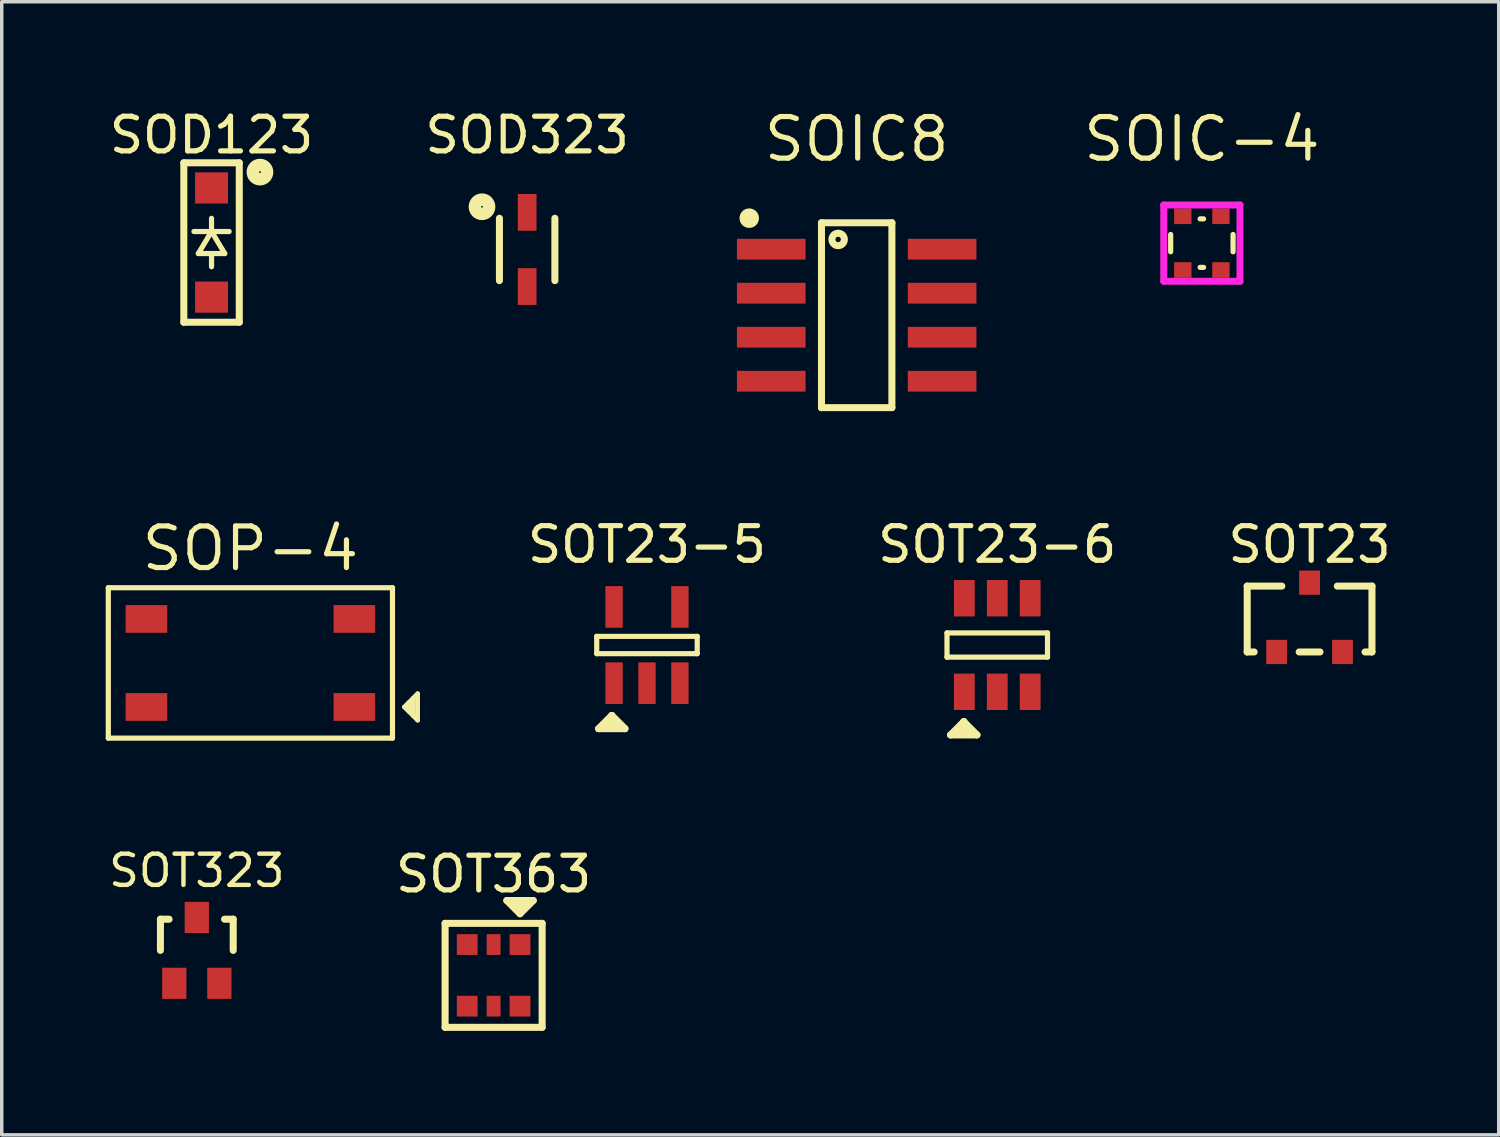
<source format=kicad_pcb>
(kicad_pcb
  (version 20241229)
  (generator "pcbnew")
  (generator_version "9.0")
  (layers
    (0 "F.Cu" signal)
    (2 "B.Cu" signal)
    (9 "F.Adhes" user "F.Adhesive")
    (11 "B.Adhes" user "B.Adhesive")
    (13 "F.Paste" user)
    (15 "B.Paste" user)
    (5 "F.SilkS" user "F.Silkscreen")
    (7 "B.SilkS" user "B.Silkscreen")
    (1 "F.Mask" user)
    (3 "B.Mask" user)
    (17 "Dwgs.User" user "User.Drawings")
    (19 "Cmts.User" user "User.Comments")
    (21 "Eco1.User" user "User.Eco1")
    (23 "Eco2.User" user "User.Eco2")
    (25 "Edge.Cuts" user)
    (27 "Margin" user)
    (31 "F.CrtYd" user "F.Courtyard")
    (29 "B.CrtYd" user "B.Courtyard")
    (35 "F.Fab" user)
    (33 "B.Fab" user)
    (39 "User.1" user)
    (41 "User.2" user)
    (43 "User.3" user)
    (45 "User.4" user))
  (footprint "SOT363"
    (layer "F.Cu")
    (at 11.193 25.093)
    (property "Reference" "SOT363" (at 0 -2.921 0) (layer "F.SilkS") (effects (font (size 1 1) (thickness 0.15))))
    (attr smd)
    (fp_line (start -1.4 -1.5) (end 1.4 -1.5) (stroke (width 0.203) (type solid)) (layer "F.SilkS"))
    (fp_line (start -1.4 1.5) (end -1.4 -1.5) (stroke (width 0.203) (type solid)) (layer "F.SilkS"))
    (fp_line (start 0.635 -2.032) (end 0.889 -2.032) (stroke (width 0.203) (type solid)) (layer "F.SilkS"))
    (fp_line (start 0.762 -2.159) (end 0.635 -2.032) (stroke (width 0.203) (type solid)) (layer "F.SilkS"))
    (fp_line (start 0.762 -1.905) (end 0.762 -2.159) (stroke (width 0.203) (type solid)) (layer "F.SilkS"))
    (fp_line (start 0.762 -1.778) (end 0.381 -2.159) (stroke (width 0.203) (type solid)) (layer "F.SilkS"))
    (fp_line (start 0.762 -1.778) (end 1.143 -2.159) (stroke (width 0.203) (type solid)) (layer "F.SilkS"))
    (fp_line (start 1.143 -2.159) (end 0.381 -2.159) (stroke (width 0.203) (type solid)) (layer "F.SilkS"))
    (fp_line (start 1.4 -1.5) (end 1.4 1.5) (stroke (width 0.203) (type solid)) (layer "F.SilkS"))
    (fp_line (start 1.4 1.5) (end -1.4 1.5) (stroke (width 0.203) (type solid)) (layer "F.SilkS"))
    (pad "1" smd rect (at 0.762 -0.889 270) (size 0.6 0.6) (layers "F.Cu" "F.Mask" "F.Paste"))
    (pad "2" smd rect (at 0 -0.889 270) (size 0.6 0.4) (layers "F.Cu" "F.Mask" "F.Paste"))
    (pad "3" smd rect (at -0.762 -0.889 270) (size 0.6 0.6) (layers "F.Cu" "F.Mask" "F.Paste"))
    (pad "4" smd rect (at -0.762 0.889 270) (size 0.6 0.6) (layers "F.Cu" "F.Mask" "F.Paste"))
    (pad "5" smd rect (at 0 0.889 270) (size 0.6 0.4) (layers "F.Cu" "F.Mask" "F.Paste"))
    (pad "6" smd rect (at 0.762 0.889 270) (size 0.6 0.6) (layers "F.Cu" "F.Mask" "F.Paste")))
  (footprint "SOT23-5"
    (layer "F.Cu")
    (at 15.618 15.562)
    (property "Reference" "SOT23-5" (at 0 -2.9 0) (layer "F.SilkS") (effects (font (size 1 1) (thickness 0.15))))
    (attr smd)
    (fp_line (start -1.45 -0.25) (end -1.45 0.25) (stroke (width 0.15) (type solid)) (layer "F.SilkS"))
    (fp_line (start -1.45 0.25) (end 1.45 0.25) (stroke (width 0.15) (type solid)) (layer "F.SilkS"))
    (fp_line (start -1.397 2.413) (end -0.635 2.413) (stroke (width 0.203) (type solid)) (layer "F.SilkS"))
    (fp_line (start -1.143 2.286) (end -0.889 2.286) (stroke (width 0.203) (type solid)) (layer "F.SilkS"))
    (fp_line (start -1.016 2.032) (end -1.397 2.413) (stroke (width 0.203) (type solid)) (layer "F.SilkS"))
    (fp_line (start -1.016 2.032) (end -1.143 2.286) (stroke (width 0.203) (type solid)) (layer "F.SilkS"))
    (fp_line (start -0.635 2.413) (end -1.016 2.032) (stroke (width 0.203) (type solid)) (layer "F.SilkS"))
    (fp_line (start 1.45 -0.25) (end -1.45 -0.25) (stroke (width 0.15) (type solid)) (layer "F.SilkS"))
    (fp_line (start 1.45 0.25) (end 1.45 -0.25) (stroke (width 0.15) (type solid)) (layer "F.SilkS"))
    (pad "1" smd rect (at -0.95 1.1 90) (size 1.2 0.5) (layers "F.Cu" "F.Mask" "F.Paste"))
    (pad "2" smd rect (at 0 1.1 90) (size 1.2 0.5) (layers "F.Cu" "F.Mask" "F.Paste"))
    (pad "3" smd rect (at 0.95 1.1 90) (size 1.2 0.5) (layers "F.Cu" "F.Mask" "F.Paste"))
    (pad "4" smd rect (at 0.95 -1.1 90) (size 1.2 0.5) (layers "F.Cu" "F.Mask" "F.Paste"))
    (pad "5" smd rect (at -0.95 -1.1 90) (size 1.2 0.5) (layers "F.Cu" "F.Mask" "F.Paste")))
  (footprint "SOD123"
    (layer "F.Cu")
    (at 3.054 3.948)
    (property "Reference" "SOD123" (at 0 -3.1 0) (layer "F.SilkS") (effects (font (size 1 1) (thickness 0.15))))
    (attr smd)
    (fp_line (start -0.8 -2.3) (end 0.8 -2.3) (stroke (width 0.203) (type solid)) (layer "F.SilkS"))
    (fp_line (start -0.8 2.3) (end -0.8 -2.3) (stroke (width 0.203) (type solid)) (layer "F.SilkS"))
    (fp_line (start -0.381 0.318) (end 0 -0.318) (stroke (width 0.15) (type solid)) (layer "F.SilkS"))
    (fp_line (start 0 -0.699) (end 0 -0.318) (stroke (width 0.15) (type solid)) (layer "F.SilkS"))
    (fp_line (start 0 -0.318) (end 0.381 0.318) (stroke (width 0.15) (type solid)) (layer "F.SilkS"))
    (fp_line (start 0 0.318) (end 0 0.699) (stroke (width 0.15) (type solid)) (layer "F.SilkS"))
    (fp_line (start 0.381 0.318) (end -0.381 0.318) (stroke (width 0.15) (type solid)) (layer "F.SilkS"))
    (fp_line (start 0.508 -0.318) (end -0.508 -0.318) (stroke (width 0.15) (type solid)) (layer "F.SilkS"))
    (fp_line (start 0.8 -2.3) (end 0.8 2.3) (stroke (width 0.203) (type solid)) (layer "F.SilkS"))
    (fp_line (start 0.8 2.3) (end -0.8 2.3) (stroke (width 0.203) (type solid)) (layer "F.SilkS"))
    (fp_circle (center 1.397 -2.032) (end 1.524 -2.032) (stroke (width 0.203) (type solid)) (fill no) (layer "F.SilkS"))
    (fp_circle (center 1.397 -2.032) (end 1.651 -1.905) (stroke (width 0.203) (type solid)) (fill no) (layer "F.SilkS"))
    (pad "1" smd rect (at 0 -1.575 270) (size 0.9 0.95) (layers "F.Cu" "F.Mask" "F.Paste"))
    (pad "2" smd rect (at 0 1.575 270) (size 0.9 0.95) (layers "F.Cu" "F.Mask" "F.Paste")))
  (footprint "SOD323"
    (layer "F.Cu")
    (at 12.161 4.148)
    (property "Reference" "SOD323" (at 0 -3.3 0) (layer "F.SilkS") (effects (font (size 1 1) (thickness 0.15))))
    (attr smd)
    (fp_line (start -0.8 0.9) (end -0.8 -0.9) (stroke (width 0.203) (type solid)) (layer "F.SilkS"))
    (fp_line (start 0.8 -0.9) (end 0.8 0.9) (stroke (width 0.203) (type solid)) (layer "F.SilkS"))
    (fp_circle (center -1.303 -1.232) (end -1.176 -1.232) (stroke (width 0.203) (type solid)) (fill no) (layer "F.SilkS"))
    (fp_circle (center -1.303 -1.232) (end -1.049 -1.105) (stroke (width 0.203) (type solid)) (fill no) (layer "F.SilkS"))
    (pad "1" smd rect (at 0 -1.07) (size 0.54 1.06) (layers "F.Cu" "F.Mask" "F.Paste"))
    (pad "2" smd rect (at 0 1.07) (size 0.54 1.06) (layers "F.Cu" "F.Mask" "F.Paste")))
  (footprint "SOP-4"
    (layer "F.Cu")
    (at 4.175 16.079)
    (property "Reference" "SOP-4" (at 0 -3.3 180) (layer "F.SilkS") (effects (font (size 1.2 1.2) (thickness 0.15))))
    (attr smd)
    (fp_line (start -4.1 -2.17) (end 4.1 -2.17) (stroke (width 0.15) (type solid)) (layer "F.SilkS"))
    (fp_line (start -4.1 2.17) (end -4.1 -2.17) (stroke (width 0.15) (type solid)) (layer "F.SilkS"))
    (fp_line (start 4.1 -2.17) (end 4.1 2.17) (stroke (width 0.15) (type solid)) (layer "F.SilkS"))
    (fp_line (start 4.1 2.17) (end -4.1 2.17) (stroke (width 0.15) (type solid)) (layer "F.SilkS"))
    (fp_line (start 4.445 1.27) (end 4.826 0.889) (stroke (width 0.127) (type solid)) (layer "F.SilkS"))
    (fp_line (start 4.445 1.27) (end 4.826 0.889) (stroke (width 0.127) (type solid)) (layer "F.SilkS"))
    (fp_line (start 4.572 1.143) (end 4.572 1.397) (stroke (width 0.127) (type solid)) (layer "F.SilkS"))
    (fp_line (start 4.572 1.143) (end 4.572 1.397) (stroke (width 0.127) (type solid)) (layer "F.SilkS"))
    (fp_line (start 4.699 1.016) (end 4.699 1.524) (stroke (width 0.127) (type solid)) (layer "F.SilkS"))
    (fp_line (start 4.699 1.016) (end 4.699 1.524) (stroke (width 0.127) (type solid)) (layer "F.SilkS"))
    (fp_line (start 4.826 0.889) (end 4.826 1.651) (stroke (width 0.127) (type solid)) (layer "F.SilkS"))
    (fp_line (start 4.826 0.889) (end 4.826 1.651) (stroke (width 0.127) (type solid)) (layer "F.SilkS"))
    (fp_line (start 4.826 1.651) (end 4.445 1.27) (stroke (width 0.127) (type solid)) (layer "F.SilkS"))
    (fp_line (start 4.826 1.651) (end 4.445 1.27) (stroke (width 0.127) (type solid)) (layer "F.SilkS"))
    (pad "1" smd rect (at 3 1.27 90) (size 0.8 1.2) (layers "F.Cu" "F.Mask" "F.Paste"))
    (pad "2" smd rect (at 3 -1.27 90) (size 0.8 1.2) (layers "F.Cu" "F.Mask" "F.Paste"))
    (pad "3" smd rect (at -3 -1.27 90) (size 0.8 1.2) (layers "F.Cu" "F.Mask" "F.Paste"))
    (pad "4" smd rect (at -3 1.27 90) (size 0.8 1.2) (layers "F.Cu" "F.Mask" "F.Paste")))
  (footprint "SOT23"
    (layer "F.Cu")
    (at 34.737 14.762)
    (property "Reference" "SOT23" (at 0 -2.1 0) (layer "F.SilkS") (effects (font (size 1 1) (thickness 0.15))))
    (attr smd)
    (fp_line (start -1.8 -0.9) (end -1.8 1) (stroke (width 0.203) (type solid)) (layer "F.SilkS"))
    (fp_line (start -1.8 -0.9) (end -0.8 -0.9) (stroke (width 0.203) (type solid)) (layer "F.SilkS"))
    (fp_line (start -1.8 1) (end -1.6 1) (stroke (width 0.203) (type solid)) (layer "F.SilkS"))
    (fp_line (start 0.3 1) (end -0.3 1) (stroke (width 0.203) (type solid)) (layer "F.SilkS"))
    (fp_line (start 0.8 -0.9) (end 1.8 -0.9) (stroke (width 0.203) (type solid)) (layer "F.SilkS"))
    (fp_line (start 1.8 -0.9) (end 1.8 1) (stroke (width 0.203) (type solid)) (layer "F.SilkS"))
    (fp_line (start 1.8 1) (end 1.6 1) (stroke (width 0.203) (type solid)) (layer "F.SilkS"))
    (pad "1" smd rect (at -0.95 1) (size 0.6 0.7) (layers "F.Cu" "F.Mask" "F.Paste"))
    (pad "2" smd rect (at 0.95 1) (size 0.6 0.7) (layers "F.Cu" "F.Mask" "F.Paste"))
    (pad "3" smd rect (at 0 -1) (size 0.6 0.7) (layers "F.Cu" "F.Mask" "F.Paste")))
  (footprint "SOIC8"
    (layer "F.Cu")
    (at 21.669 6.045)
    (property "Reference" "SOIC8" (at 0 -5.08 0) (layer "F.SilkS") (effects (font (size 1.2 1.2) (thickness 0.15))))
    (attr smd)
    (fp_line (start -1.016 -2.667) (end -1.016 2.667) (stroke (width 0.203) (type solid)) (layer "F.SilkS"))
    (fp_line (start -1.016 2.667) (end 1.016 2.667) (stroke (width 0.203) (type solid)) (layer "F.SilkS"))
    (fp_line (start 1.016 -2.667) (end -1.016 -2.667) (stroke (width 0.203) (type solid)) (layer "F.SilkS"))
    (fp_line (start 1.016 2.667) (end 1.016 -2.667) (stroke (width 0.203) (type solid)) (layer "F.SilkS"))
    (fp_circle (center -3.1 -2.8) (end -3.1 -2.9) (stroke (width 0.2) (type solid)) (fill no) (layer "F.SilkS"))
    (fp_circle (center -3.1 -2.8) (end -2.973 -2.673) (stroke (width 0.203) (type solid)) (fill no) (layer "F.SilkS"))
    (fp_circle (center -0.535 -2.186) (end -0.408 -2.059) (stroke (width 0.203) (type solid)) (fill no) (layer "F.SilkS"))
    (pad "1" smd rect (at -2.465 -1.905 270) (size 0.6 1.98) (layers "F.Cu" "F.Mask" "F.Paste"))
    (pad "2" smd rect (at -2.465 -0.635 270) (size 0.6 1.98) (layers "F.Cu" "F.Mask" "F.Paste"))
    (pad "3" smd rect (at -2.465 0.635 270) (size 0.6 1.98) (layers "F.Cu" "F.Mask" "F.Paste"))
    (pad "4" smd rect (at -2.465 1.905 270) (size 0.6 1.98) (layers "F.Cu" "F.Mask" "F.Paste"))
    (pad "5" smd rect (at 2.465 1.905 270) (size 0.6 1.98) (layers "F.Cu" "F.Mask" "F.Paste"))
    (pad "6" smd rect (at 2.465 0.635 270) (size 0.6 1.98) (layers "F.Cu" "F.Mask" "F.Paste"))
    (pad "7" smd rect (at 2.465 -0.635 270) (size 0.6 1.98) (layers "F.Cu" "F.Mask" "F.Paste"))
    (pad "8" smd rect (at 2.465 -1.905 270) (size 0.6 1.98) (layers "F.Cu" "F.Mask" "F.Paste")))
  (footprint "SOIC-4"
    (layer "F.Cu")
    (at 31.629 3.965)
    (property "Reference" "SOIC-4" (at 0 -3 180) (layer "F.SilkS") (effects (font (size 1.2 1.2) (thickness 0.15))))
    (attr through_hole)
    (fp_line (start -0.9 0.25) (end -0.9 -0.25) (stroke (width 0.15) (type solid)) (layer "F.SilkS"))
    (fp_line (start 0.05 -0.7) (end -0.05 -0.7) (stroke (width 0.15) (type solid)) (layer "F.SilkS"))
    (fp_line (start 0.05 0.7) (end -0.05 0.7) (stroke (width 0.15) (type solid)) (layer "F.SilkS"))
    (fp_line (start 0.9 0.25) (end 0.9 -0.25) (stroke (width 0.15) (type solid)) (layer "F.SilkS"))
    (fp_line (start -1.1 -1.1) (end 1.1 -1.1) (stroke (width 0.2) (type solid)) (layer "F.CrtYd"))
    (fp_line (start -1.1 1.1) (end -1.1 -1.1) (stroke (width 0.2) (type solid)) (layer "F.CrtYd"))
    (fp_line (start 1.1 -1.1) (end 1.1 1.1) (stroke (width 0.2) (type solid)) (layer "F.CrtYd"))
    (fp_line (start 1.1 1.1) (end -1.1 1.1) (stroke (width 0.2) (type solid)) (layer "F.CrtYd"))
    (pad "1" smd rect (at 0.55 -0.775 180) (size 0.5 0.45) (layers "F.Cu" "F.Mask" "F.Paste"))
    (pad "2" smd rect (at -0.55 -0.775 180) (size 0.5 0.45) (layers "F.Cu" "F.Mask" "F.Paste"))
    (pad "3" smd rect (at -0.55 0.775 180) (size 0.5 0.45) (layers "F.Cu" "F.Mask" "F.Paste"))
    (pad "4" smd rect (at 0.55 0.775 180) (size 0.5 0.45) (layers "F.Cu" "F.Mask" "F.Paste")))
  (footprint "SOT23-6"
    (layer "F.Cu")
    (at 25.725 15.562)
    (property "Reference" "SOT23-6" (at 0 -2.9 0) (layer "F.SilkS") (effects (font (size 1 1) (thickness 0.15))))
    (attr smd)
    (fp_line (start -1.45 -0.35) (end -1.45 0.35) (stroke (width 0.15) (type solid)) (layer "F.SilkS"))
    (fp_line (start -1.45 0.35) (end 1.45 0.35) (stroke (width 0.15) (type solid)) (layer "F.SilkS"))
    (fp_line (start -1.347 2.594) (end -0.585 2.594) (stroke (width 0.203) (type solid)) (layer "F.SilkS"))
    (fp_line (start -0.966 2.213) (end -1.347 2.594) (stroke (width 0.203) (type solid)) (layer "F.SilkS"))
    (fp_line (start -0.966 2.213) (end -1.093 2.467) (stroke (width 0.203) (type solid)) (layer "F.SilkS"))
    (fp_line (start -0.966 2.213) (end -0.839 2.467) (stroke (width 0.203) (type solid)) (layer "F.SilkS"))
    (fp_line (start -0.839 2.467) (end -1.093 2.467) (stroke (width 0.203) (type solid)) (layer "F.SilkS"))
    (fp_line (start -0.585 2.594) (end -0.966 2.213) (stroke (width 0.203) (type solid)) (layer "F.SilkS"))
    (fp_line (start 1.45 -0.35) (end -1.45 -0.35) (stroke (width 0.15) (type solid)) (layer "F.SilkS"))
    (fp_line (start 1.45 0.35) (end 1.45 -0.35) (stroke (width 0.15) (type solid)) (layer "F.SilkS"))
    (pad "1" smd rect (at -0.95 1.35 90) (size 1.05 0.6) (layers "F.Cu" "F.Mask" "F.Paste"))
    (pad "2" smd rect (at 0 1.35 90) (size 1.05 0.6) (layers "F.Cu" "F.Mask" "F.Paste"))
    (pad "3" smd rect (at 0.95 1.35 90) (size 1.05 0.6) (layers "F.Cu" "F.Mask" "F.Paste"))
    (pad "4" smd rect (at 0.95 -1.35 90) (size 1.05 0.6) (layers "F.Cu" "F.Mask" "F.Paste"))
    (pad "5" smd rect (at 0 -1.35 90) (size 1.05 0.6) (layers "F.Cu" "F.Mask" "F.Paste"))
    (pad "6" smd rect (at -0.95 -1.35 90) (size 1.05 0.6) (layers "F.Cu" "F.Mask" "F.Paste")))
  (footprint "SOT323"
    (layer "F.Cu")
    (at 2.629 24.373)
    (property "Reference" "SOT323" (at 0 -2.3 0) (layer "F.SilkS") (effects (font (size 0.9 0.9) (thickness 0.127))))
    (attr smd)
    (fp_line (start -1.05 -0.9) (end -1.05 0) (stroke (width 0.203) (type solid)) (layer "F.SilkS"))
    (fp_line (start -1.05 -0.9) (end -0.8 -0.9) (stroke (width 0.203) (type solid)) (layer "F.SilkS"))
    (fp_line (start 0.8 -0.9) (end 1.05 -0.9) (stroke (width 0.203) (type solid)) (layer "F.SilkS"))
    (fp_line (start 1.05 -0.9) (end 1.05 0) (stroke (width 0.203) (type solid)) (layer "F.SilkS"))
    (pad "1" smd rect (at -0.65 0.95) (size 0.7 0.9) (layers "F.Cu" "F.Mask" "F.Paste"))
    (pad "2" smd rect (at 0.65 0.95) (size 0.7 0.9) (layers "F.Cu" "F.Mask" "F.Paste"))
    (pad "3" smd rect (at 0 -0.95) (size 0.7 0.9) (layers "F.Cu" "F.Mask" "F.Paste")))
  (gr_rect
    (start -3 -3)
    (end 40.195 29.695)
    (stroke (width 0.1) (type default))
    (fill no)
    (layer "Edge.Cuts")))
</source>
